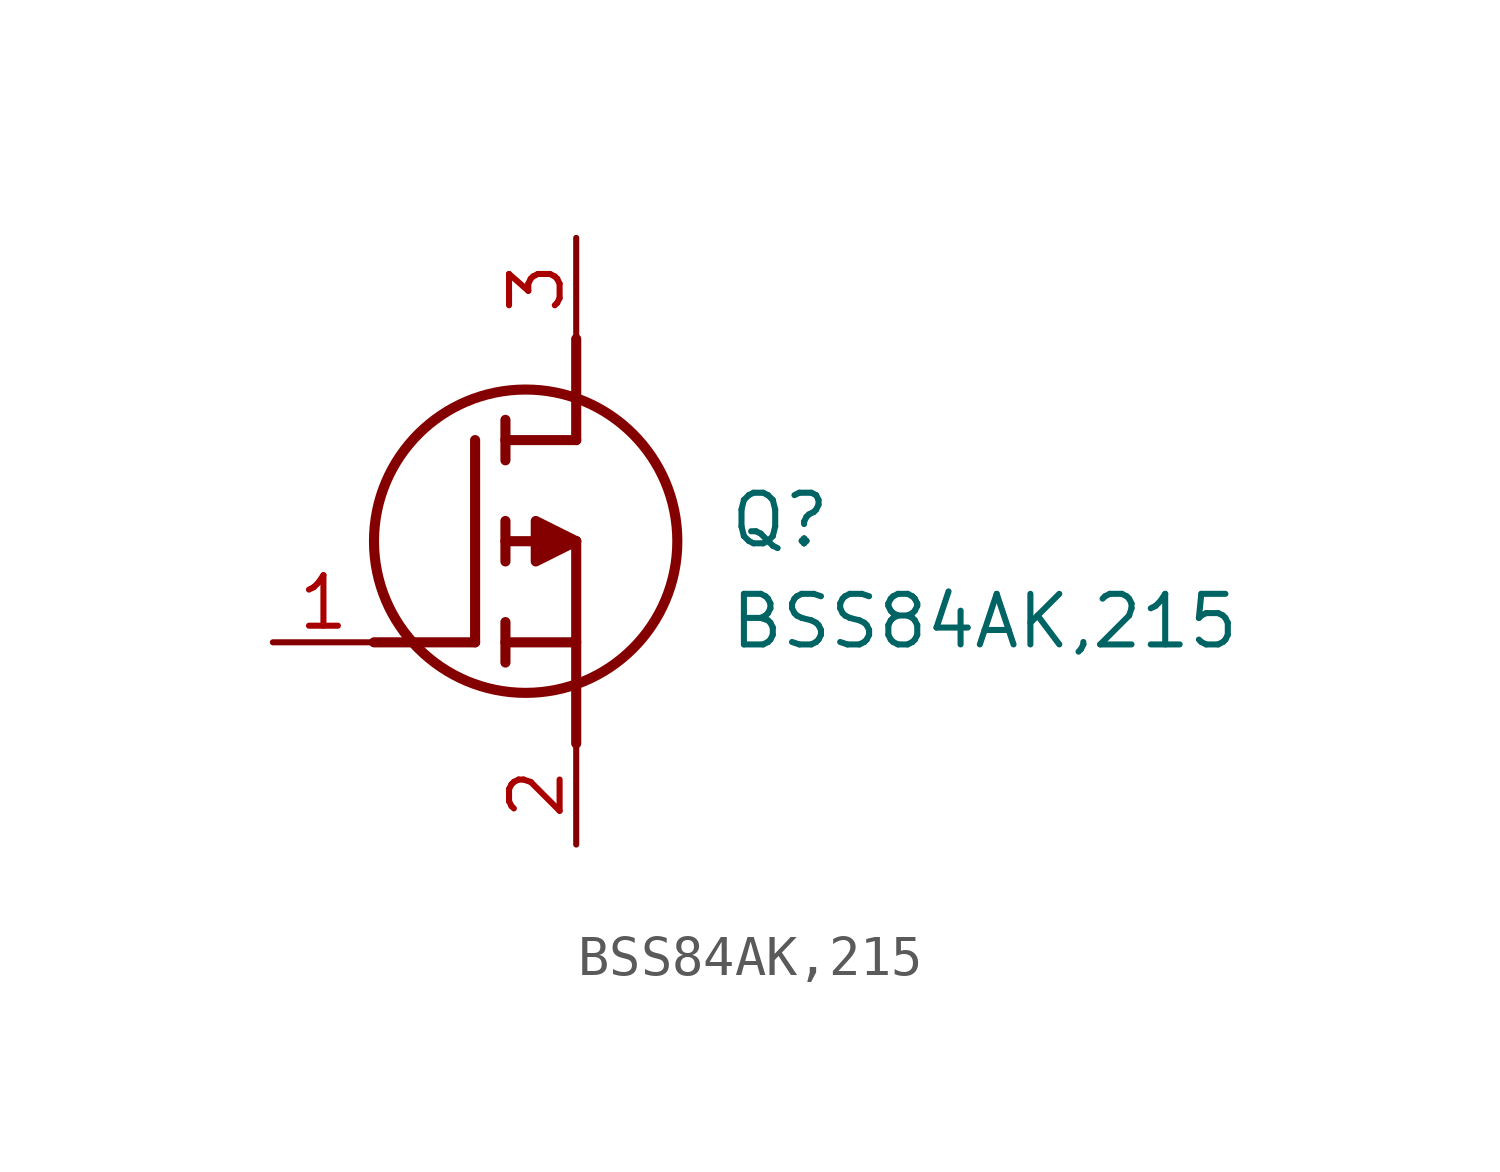
<source format=kicad_sym>
(kicad_symbol_lib
  (version 20211014)
  (generator SamacSys_ECAD_Model)
  (symbol "BSS84AK,215"
    (pin_names hide)
    (property "Reference" "Q"
      (at 11.43 3.81 0)
      (effects (font (size 1.27 1.27)) (justify left top)))
    (property "Value" "BSS84AK,215"
      (at 11.43 1.27 0)
      (effects (font (size 1.27 1.27)) (justify left top)))
    (polyline
      (pts (xy 7.62 2.54) (xy 7.62 -2.54))
      (stroke (width 0.254) (type default))
      (fill (type none)))
    (polyline
      (pts (xy 7.62 5.08) (xy 7.62 7.62))
      (stroke (width 0.254) (type default))
      (fill (type none)))
    (polyline
      (pts (xy 2.54 0) (xy 5.08 0))
      (stroke (width 0.254) (type default))
      (fill (type none)))
    (polyline
      (pts (xy 5.08 5.08) (xy 5.08 0))
      (stroke (width 0.254) (type default))
      (fill (type none)))
    (polyline
      (pts (xy 7.62 2.54) (xy 5.842 2.54))
      (stroke (width 0.254) (type default))
      (fill (type none)))
    (polyline
      (pts (xy 7.62 5.08) (xy 5.842 5.08))
      (stroke (width 0.254) (type default))
      (fill (type none)))
    (polyline
      (pts (xy 5.842 0) (xy 7.62 0))
      (stroke (width 0.254) (type default))
      (fill (type none)))
    (polyline
      (pts (xy 5.842 5.588) (xy 5.842 4.572))
      (stroke (width 0.254) (type default))
      (fill (type none)))
    (polyline
      (pts (xy 5.842 -0.508) (xy 5.842 0.508))
      (stroke (width 0.254) (type default))
      (fill (type none)))
    (polyline
      (pts (xy 5.842 2.032) (xy 5.842 3.048))
      (stroke (width 0.254) (type default))
      (fill (type none)))
    (circle
      (center 6.35 2.54)
      (radius 3.81)
      (stroke (width 0.254) (type default))
      (fill (type none)))
    (polyline
      (pts (xy 7.62 2.54) (xy 6.604 3.048) (xy 6.604 2.032) (xy 7.62 2.54))
      (stroke (width 0.254) (type default))
      (fill (type outline)))
    (pin passive line
      (at 0 0 0)
      (length 2.54)
      (name "G" (effects (font (size 1.27 1.27))))
      (number "1" (effects (font (size 1.27 1.27)))))
    (pin passive line
      (at 7.62 10.16 270)
      (length 2.54)
      (name "D" (effects (font (size 1.27 1.27))))
      (number "3" (effects (font (size 1.27 1.27)))))
    (pin passive line
      (at 7.62 -5.08 90)
      (length 2.54)
      (name "S" (effects (font (size 1.27 1.27))))
      (number "2" (effects (font (size 1.27 1.27)))))))
</source>
